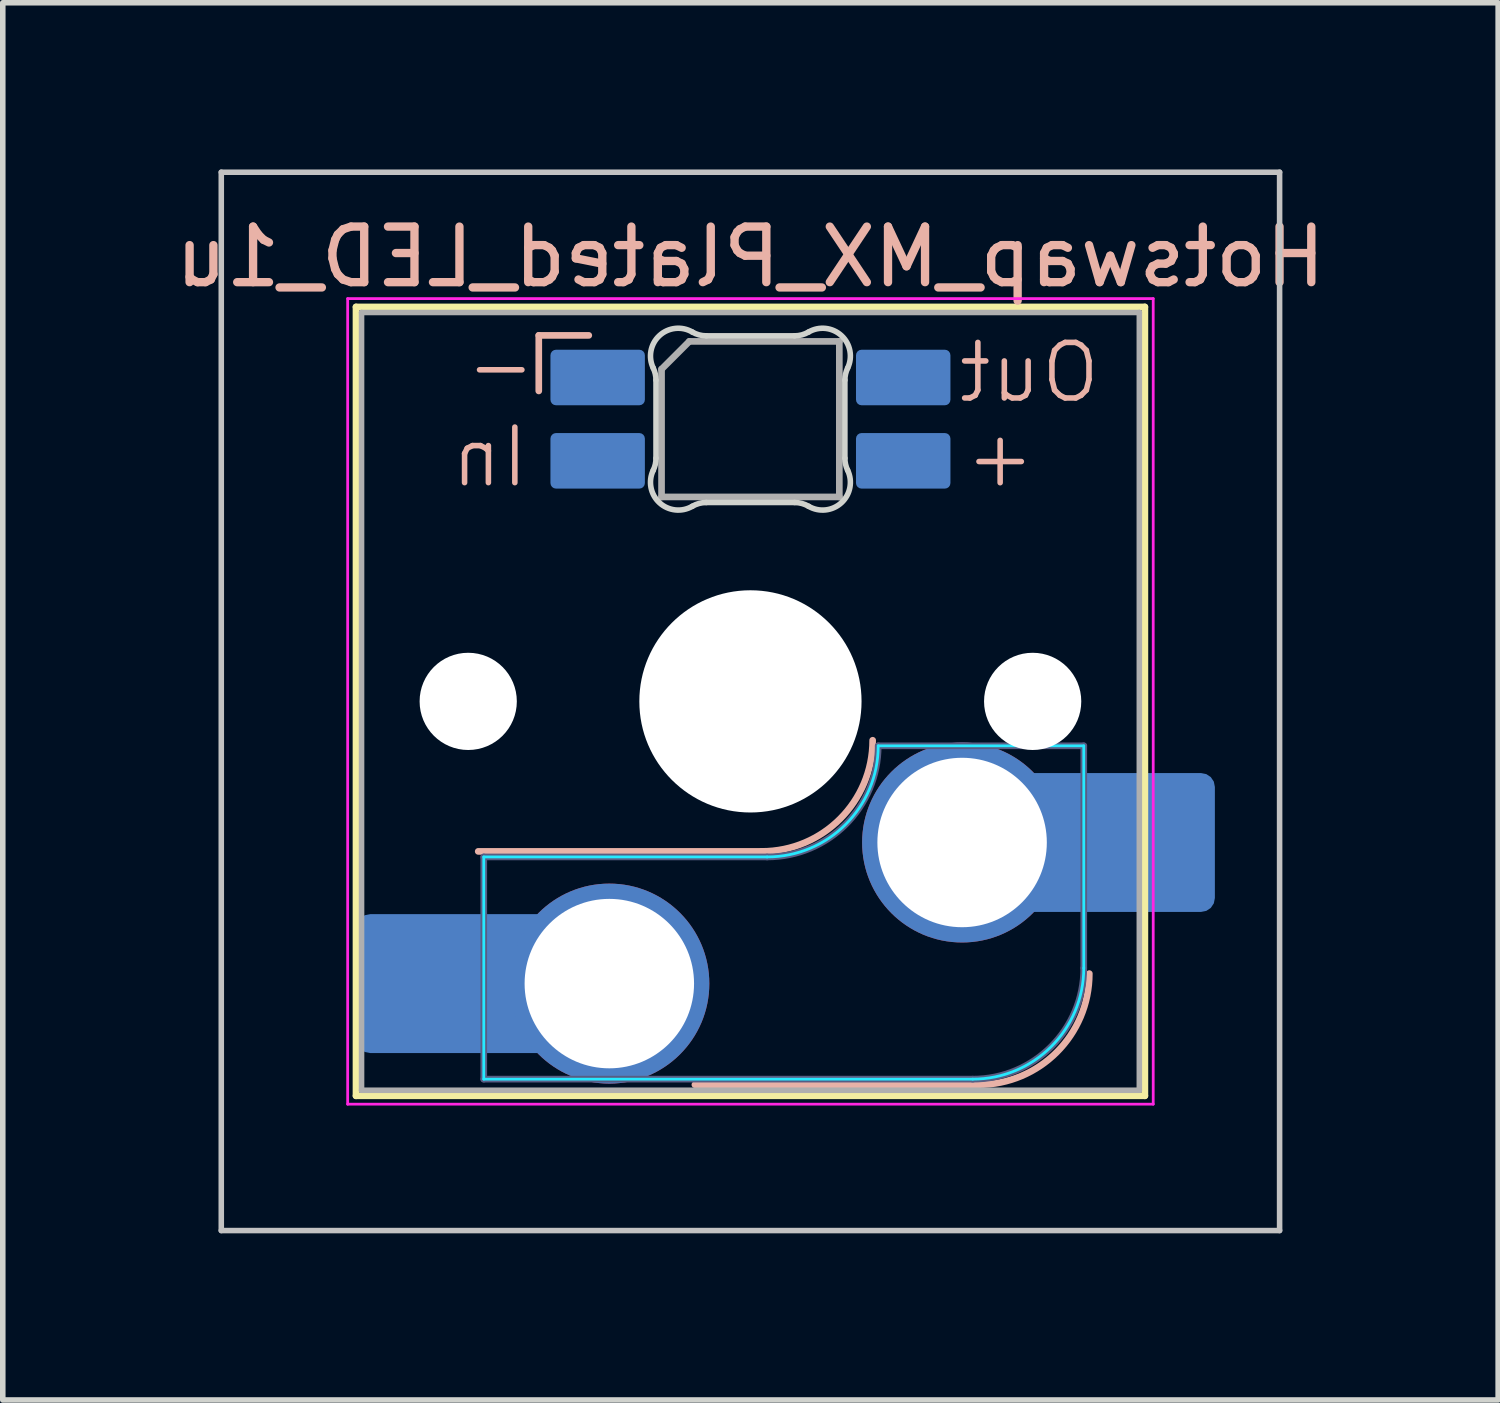
<source format=kicad_pcb>
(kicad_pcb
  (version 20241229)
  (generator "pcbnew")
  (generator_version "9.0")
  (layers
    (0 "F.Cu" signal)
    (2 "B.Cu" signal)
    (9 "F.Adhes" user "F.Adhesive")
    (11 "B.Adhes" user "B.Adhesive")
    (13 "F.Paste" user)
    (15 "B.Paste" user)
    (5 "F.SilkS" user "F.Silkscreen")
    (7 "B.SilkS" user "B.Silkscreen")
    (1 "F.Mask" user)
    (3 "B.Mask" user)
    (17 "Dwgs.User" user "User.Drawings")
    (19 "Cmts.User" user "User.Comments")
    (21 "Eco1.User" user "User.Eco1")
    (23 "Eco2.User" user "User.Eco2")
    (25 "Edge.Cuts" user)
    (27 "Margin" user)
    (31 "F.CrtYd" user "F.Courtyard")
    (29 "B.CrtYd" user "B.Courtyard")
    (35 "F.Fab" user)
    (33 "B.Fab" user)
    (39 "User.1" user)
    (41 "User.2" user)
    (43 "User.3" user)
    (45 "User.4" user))
  (footprint "Hotswap_MX_Plated_LED_1u"
    (layer "F.Cu")
    (at 10.458 9.575)
    (property "Reference" "Hotswap_MX_Plated_LED_1u" (at 0 -8.001 0) (layer "B.SilkS") (effects (font (size 1 1) (thickness 0.15)) (justify mirror)))
    (fp_line (start -7.1 -7.1) (end -7.1 7.1) (stroke (width 0.12) (type solid)) (layer "F.SilkS"))
    (fp_line (start -7.1 7.1) (end 7.1 7.1) (stroke (width 0.12) (type solid)) (layer "F.SilkS"))
    (fp_line (start 7.1 -7.1) (end -7.1 -7.1) (stroke (width 0.12) (type solid)) (layer "F.SilkS"))
    (fp_line (start 7.1 7.1) (end 7.1 -7.1) (stroke (width 0.12) (type solid)) (layer "F.SilkS"))
    (fp_line (start -3.81 -6.588) (end -2.91 -6.588) (stroke (width 0.12) (type solid)) (layer "B.SilkS"))
    (fp_line (start -3.81 -5.588) (end -3.81 -6.588) (stroke (width 0.12) (type solid)) (layer "B.SilkS"))
    (fp_line (start 0.2 2.7) (end -4.9 2.7) (stroke (width 0.12) (type solid)) (layer "B.SilkS"))
    (fp_line (start 4.1 6.9) (end -1 6.9) (stroke (width 0.12) (type solid)) (layer "B.SilkS"))
    (fp_arc (start 2.2 0.7) (mid 1.614214 2.114214) (end 0.2 2.7) (stroke (width 0.12) (type solid)) (layer "B.SilkS"))
    (fp_arc (start 6.1 4.9) (mid 5.514214 6.314214) (end 4.1 6.9) (stroke (width 0.12) (type solid)) (layer "B.SilkS"))
    (fp_line (start -9.525 -9.525) (end -9.525 9.525) (stroke (width 0.1) (type solid)) (layer "Dwgs.User"))
    (fp_line (start -9.525 9.525) (end 9.525 9.525) (stroke (width 0.1) (type solid)) (layer "Dwgs.User"))
    (fp_line (start 9.525 -9.525) (end -9.525 -9.525) (stroke (width 0.1) (type solid)) (layer "Dwgs.User"))
    (fp_line (start 9.525 9.525) (end 9.525 -9.525) (stroke (width 0.1) (type solid)) (layer "Dwgs.User"))
    (fp_line (start -0.25 -0.25) (end 0 0) (stroke (width 0.12) (type solid)) (layer "Cmts.User"))
    (fp_line (start 0 0) (end -0.25 0.25) (stroke (width 0.12) (type solid)) (layer "Cmts.User"))
    (fp_line (start 0 0) (end 0.25 0.25) (stroke (width 0.12) (type solid)) (layer "Cmts.User"))
    (fp_line (start 0.25 -0.25) (end 0 0) (stroke (width 0.12) (type solid)) (layer "Cmts.User"))
    (fp_line (start -7.8 -6) (end -7 -6) (stroke (width 0.1) (type solid)) (layer "Eco1.User"))
    (fp_line (start -7.8 -2.9) (end -7.8 -6) (stroke (width 0.1) (type solid)) (layer "Eco1.User"))
    (fp_line (start -7.8 2.9) (end -7 2.9) (stroke (width 0.1) (type solid)) (layer "Eco1.User"))
    (fp_line (start -7.8 6) (end -7.8 2.9) (stroke (width 0.1) (type solid)) (layer "Eco1.User"))
    (fp_line (start -7 -6) (end -7 -7) (stroke (width 0.1) (type solid)) (layer "Eco1.User"))
    (fp_line (start -7 -2.9) (end -7.8 -2.9) (stroke (width 0.1) (type solid)) (layer "Eco1.User"))
    (fp_line (start -7 2.9) (end -7 -2.9) (stroke (width 0.1) (type solid)) (layer "Eco1.User"))
    (fp_line (start -7 6) (end -7.8 6) (stroke (width 0.1) (type solid)) (layer "Eco1.User"))
    (fp_line (start -7 7) (end -7 6) (stroke (width 0.1) (type solid)) (layer "Eco1.User"))
    (fp_line (start 7 -7) (end -7 -7) (stroke (width 0.1) (type solid)) (layer "Eco1.User"))
    (fp_line (start 7 -7) (end 7 -6) (stroke (width 0.1) (type solid)) (layer "Eco1.User"))
    (fp_line (start 7 -6) (end 7.8 -6) (stroke (width 0.1) (type solid)) (layer "Eco1.User"))
    (fp_line (start 7 -2.9) (end 7 2.9) (stroke (width 0.1) (type solid)) (layer "Eco1.User"))
    (fp_line (start 7 2.9) (end 7.8 2.9) (stroke (width 0.1) (type solid)) (layer "Eco1.User"))
    (fp_line (start 7 6) (end 7 7) (stroke (width 0.1) (type solid)) (layer "Eco1.User"))
    (fp_line (start 7 7) (end -7 7) (stroke (width 0.1) (type solid)) (layer "Eco1.User"))
    (fp_line (start 7.8 -6) (end 7.8 -2.9) (stroke (width 0.1) (type solid)) (layer "Eco1.User"))
    (fp_line (start 7.8 -2.9) (end 7 -2.9) (stroke (width 0.1) (type solid)) (layer "Eco1.User"))
    (fp_line (start 7.8 2.9) (end 7.8 6) (stroke (width 0.1) (type solid)) (layer "Eco1.User"))
    (fp_line (start 7.8 6) (end 7 6) (stroke (width 0.1) (type solid)) (layer "Eco1.User"))
    (fp_line (start -1.7 -5.783) (end -1.7 -4.377) (stroke (width 0.1) (type solid)) (layer "Edge.Cuts"))
    (fp_line (start -0.794 -3.58) (end 0.794 -3.58) (stroke (width 0.1) (type solid)) (layer "Edge.Cuts"))
    (fp_line (start 0.794 -6.58) (end -0.794 -6.58) (stroke (width 0.1) (type solid)) (layer "Edge.Cuts"))
    (fp_line (start 1.7 -4.377) (end 1.7 -5.783) (stroke (width 0.1) (type solid)) (layer "Edge.Cuts"))
    (fp_arc (start -1.749484 -5.999721) (mid -1.712518 -5.89407) (end -1.699999 -5.782844) (stroke (width 0.1) (type solid)) (layer "Edge.Cuts"))
    (fp_arc (start -1.749484 -5.999721) (mid -1.638071 -6.584036) (end -1.046711 -6.648299) (stroke (width 0.1) (type solid)) (layer "Edge.Cuts"))
    (fp_arc (start -1.699999 -4.377159) (mid -1.712528 -4.265933) (end -1.749484 -4.160281) (stroke (width 0.1) (type solid)) (layer "Edge.Cuts"))
    (fp_arc (start -1.046711 -3.511702) (mid -1.638071 -3.575965) (end -1.749484 -4.160282) (stroke (width 0.1) (type solid)) (layer "Edge.Cuts"))
    (fp_arc (start -1.046711 -3.511702) (mid -0.925123 -3.562624) (end -0.794452 -3.580001) (stroke (width 0.1) (type solid)) (layer "Edge.Cuts"))
    (fp_arc (start -0.794453 -6.58) (mid -0.925123 -6.597377) (end -1.046711 -6.648299) (stroke (width 0.1) (type solid)) (layer "Edge.Cuts"))
    (fp_arc (start 0.794452 -3.580001) (mid 0.925122 -3.562624) (end 1.04671 -3.511702) (stroke (width 0.1) (type solid)) (layer "Edge.Cuts"))
    (fp_arc (start 1.046711 -6.6483) (mid 0.925123 -6.597378) (end 0.794453 -6.580001) (stroke (width 0.1) (type solid)) (layer "Edge.Cuts"))
    (fp_arc (start 1.046711 -6.6483) (mid 1.638072 -6.584036) (end 1.749484 -5.999721) (stroke (width 0.1) (type solid)) (layer "Edge.Cuts"))
    (fp_arc (start 1.699999 -5.782843) (mid 1.712528 -5.894069) (end 1.749484 -5.999721) (stroke (width 0.1) (type solid)) (layer "Edge.Cuts"))
    (fp_arc (start 1.749484 -4.160281) (mid 1.63807 -3.575967) (end 1.046711 -3.511704) (stroke (width 0.1) (type solid)) (layer "Edge.Cuts"))
    (fp_arc (start 1.749484 -4.160281) (mid 1.712519 -4.265931) (end 1.699999 -4.377158) (stroke (width 0.1) (type solid)) (layer "Edge.Cuts"))
    (fp_line (start -4.8 6.8) (end -4.8 2.8) (stroke (width 0.05) (type solid)) (layer "B.CrtYd"))
    (fp_line (start 0.3 2.8) (end -4.8 2.8) (stroke (width 0.05) (type solid)) (layer "B.CrtYd"))
    (fp_line (start 4 6.8) (end -4.8 6.8) (stroke (width 0.05) (type solid)) (layer "B.CrtYd"))
    (fp_line (start 6 0.8) (end 2.3 0.8) (stroke (width 0.05) (type solid)) (layer "B.CrtYd"))
    (fp_line (start 6 0.8) (end 6 4.8) (stroke (width 0.05) (type solid)) (layer "B.CrtYd"))
    (fp_arc (start 2.3 0.8) (mid 1.714214 2.214214) (end 0.3 2.8) (stroke (width 0.05) (type solid)) (layer "B.CrtYd"))
    (fp_arc (start 6 4.8) (mid 5.414214 6.214214) (end 4 6.8) (stroke (width 0.05) (type solid)) (layer "B.CrtYd"))
    (fp_line (start -7.25 -7.25) (end -7.25 7.25) (stroke (width 0.05) (type solid)) (layer "F.CrtYd"))
    (fp_line (start -7.25 7.25) (end 7.25 7.25) (stroke (width 0.05) (type solid)) (layer "F.CrtYd"))
    (fp_line (start 7.25 -7.25) (end -7.25 -7.25) (stroke (width 0.05) (type solid)) (layer "F.CrtYd"))
    (fp_line (start 7.25 7.25) (end 7.25 -7.25) (stroke (width 0.05) (type solid)) (layer "F.CrtYd"))
    (fp_line (start -4.8 6.8) (end -4.8 2.8) (stroke (width 0.12) (type solid)) (layer "B.Fab"))
    (fp_line (start 0.3 2.8) (end -4.8 2.8) (stroke (width 0.12) (type solid)) (layer "B.Fab"))
    (fp_line (start 4 6.8) (end -4.8 6.8) (stroke (width 0.12) (type solid)) (layer "B.Fab"))
    (fp_line (start 6 0.8) (end 2.3 0.8) (stroke (width 0.12) (type solid)) (layer "B.Fab"))
    (fp_line (start 6 0.8) (end 6 4.8) (stroke (width 0.12) (type solid)) (layer "B.Fab"))
    (fp_arc (start 2.3 0.8) (mid 1.714214 2.214214) (end 0.3 2.8) (stroke (width 0.12) (type solid)) (layer "B.Fab"))
    (fp_arc (start 6 4.8) (mid 5.414214 6.214214) (end 4 6.8) (stroke (width 0.12) (type solid)) (layer "B.Fab"))
    (fp_line (start -7 -7) (end -7 7) (stroke (width 0.1) (type solid)) (layer "F.Fab"))
    (fp_line (start -7 -7) (end 7 -7) (stroke (width 0.1) (type solid)) (layer "F.Fab"))
    (fp_line (start -7 7) (end 7 7) (stroke (width 0.1) (type solid)) (layer "F.Fab"))
    (fp_line (start -1.6 -5.98) (end -1.6 -3.68) (stroke (width 0.12) (type solid)) (layer "F.Fab"))
    (fp_line (start -1.6 -5.98) (end -1.1 -6.48) (stroke (width 0.12) (type solid)) (layer "F.Fab"))
    (fp_line (start -1.6 -3.68) (end 1.6 -3.68) (stroke (width 0.12) (type solid)) (layer "F.Fab"))
    (fp_line (start 1.6 -6.48) (end -1.1 -6.48) (stroke (width 0.12) (type solid)) (layer "F.Fab"))
    (fp_line (start 1.6 -6.48) (end 1.6 -3.68) (stroke (width 0.12) (type solid)) (layer "F.Fab"))
    (fp_line (start 7 7) (end 7 -7) (stroke (width 0.1) (type solid)) (layer "F.Fab"))
    (fp_text user "-" (at -3.81 -6.477 180) (unlocked yes) (layer "B.SilkS") (effects (font (size 1 1) (thickness 0.1)) (justify left bottom)))
    (fp_text user "Out" (at 6.35 -5.334 0) (unlocked yes) (layer "B.SilkS") (effects (font (size 1 1) (thickness 0.1)) (justify left bottom mirror)))
    (fp_text user "+" (at 3.81 -4.826 180) (unlocked yes) (layer "B.SilkS") (effects (font (size 1 1) (thickness 0.1)) (justify left bottom mirror)))
    (fp_text user "In" (at -3.937 -3.81 0) (unlocked yes) (layer "B.SilkS") (effects (font (size 1 1) (thickness 0.1)) (justify left bottom mirror)))
    (pad "" smd roundrect (at -5.842 5.08 180) (size 2.55 2.5) (layers "B.Mask" "B.Paste") (roundrect_rratio 0.1))
    (pad "" np_thru_hole circle (at -5.08 0 180) (size 1.75 1.75) (drill 1.75) (layers "*.Cu" "*.Mask"))
    (pad "" np_thru_hole circle (at 0 0 180) (size 4 4) (drill 4) (layers "*.Cu" "*.Mask"))
    (pad "" np_thru_hole circle (at 5.08 0 180) (size 1.75 1.75) (drill 1.75) (layers "*.Cu" "*.Mask"))
    (pad "" smd roundrect (at 7.085 2.54 180) (size 2.55 2.5) (layers "B.Mask" "B.Paste") (roundrect_rratio 0.1))
    (pad "1" thru_hole circle (at 3.81 2.54 180) (size 3.6 3.6) (drill 3.05) (layers "*.Cu" "*.Mask"))
    (pad "1" smd roundrect (at 6.585 2.54 180) (size 3.55 2.5) (layers "B.Cu") (roundrect_rratio 0.1))
    (pad "2" smd roundrect (at -5.32 5.08 180) (size 3.55 2.5) (layers "B.Cu") (roundrect_rratio 0.1))
    (pad "2" thru_hole circle (at -2.54 5.08 270) (size 3.6 3.6) (drill 3.05) (layers "*.Cu" "*.Mask"))
    (pad "3" smd roundrect (at 2.75 -4.33 270) (size 1 1.7) (layers "B.Cu" "B.Mask" "B.Paste") (roundrect_rratio 0.1))
    (pad "4" smd roundrect (at 2.75 -5.83 270) (size 1 1.7) (layers "B.Cu" "B.Mask" "B.Paste") (roundrect_rratio 0.1))
    (pad "5" smd roundrect (at -2.75 -4.33 90) (size 1 1.7) (layers "B.Cu" "B.Mask" "B.Paste") (roundrect_rratio 0.1))
    (pad "6" smd roundrect (at -2.75 -5.83 90) (size 1 1.7) (layers "B.Cu" "B.Mask" "B.Paste") (roundrect_rratio 0.1)))
  (gr_rect
    (start -3 -3)
    (end 23.917 22.15)
    (stroke (width 0.1) (type default))
    (fill no)
    (layer "Edge.Cuts")))
</source>
